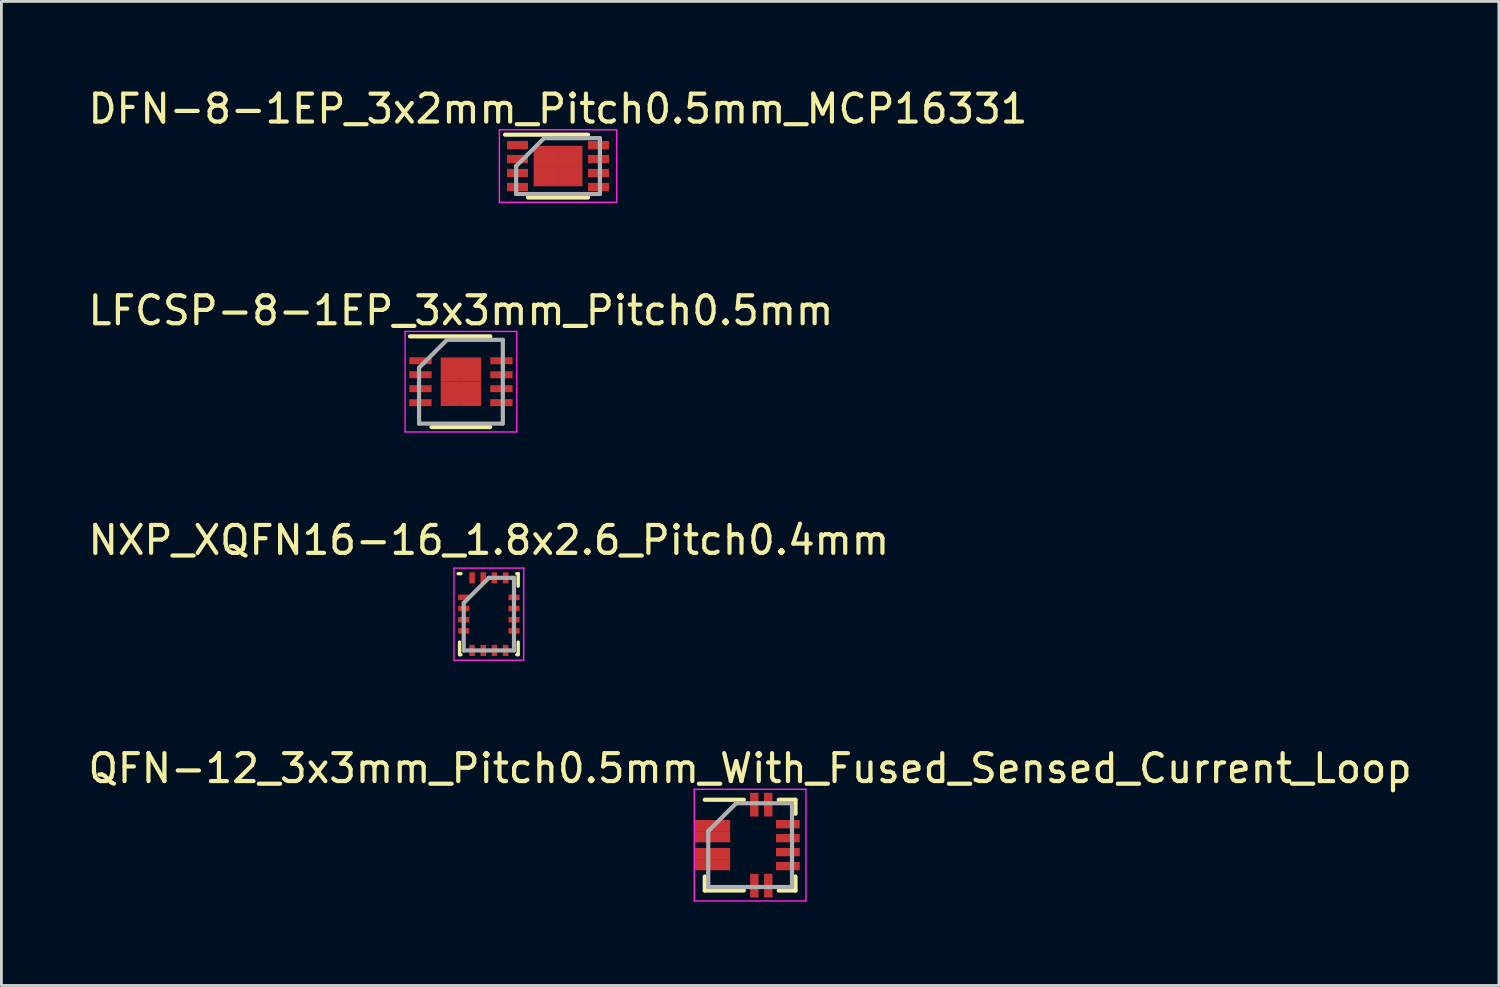
<source format=kicad_pcb>
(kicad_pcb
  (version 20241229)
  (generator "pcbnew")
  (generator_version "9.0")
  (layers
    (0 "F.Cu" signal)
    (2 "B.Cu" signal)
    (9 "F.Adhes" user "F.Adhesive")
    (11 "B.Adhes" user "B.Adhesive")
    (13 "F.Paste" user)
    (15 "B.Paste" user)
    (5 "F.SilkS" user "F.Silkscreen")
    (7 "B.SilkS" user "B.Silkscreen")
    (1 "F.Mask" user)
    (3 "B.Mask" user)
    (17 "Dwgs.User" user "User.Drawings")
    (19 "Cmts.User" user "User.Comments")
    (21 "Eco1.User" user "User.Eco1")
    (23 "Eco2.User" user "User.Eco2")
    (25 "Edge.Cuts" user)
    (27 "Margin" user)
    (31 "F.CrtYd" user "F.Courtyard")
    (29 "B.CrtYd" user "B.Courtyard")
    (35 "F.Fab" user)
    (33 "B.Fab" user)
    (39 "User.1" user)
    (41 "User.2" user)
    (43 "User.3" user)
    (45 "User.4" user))
  (footprint "DFN-8-1EP_3x2mm_Pitch0.5mm_MCP16331"
    (layer "F.Cu")
    (at 16.935 2.898)
    (property "Reference" "DFN-8-1EP_3x2mm_Pitch0.5mm_MCP16331" (at 0 -2.05 0) (layer "F.SilkS") (effects (font (size 1 1) (thickness 0.15))))
    (attr smd)
    (fp_line (start -1.9 -1.125) (end 1.075 -1.125) (stroke (width 0.15) (type solid)) (layer "F.SilkS"))
    (fp_line (start -1.075 1.125) (end 1.075 1.125) (stroke (width 0.15) (type solid)) (layer "F.SilkS"))
    (fp_line (start -2.1 -1.3) (end -2.1 1.3) (stroke (width 0.05) (type solid)) (layer "F.CrtYd"))
    (fp_line (start -2.1 -1.3) (end 2.1 -1.3) (stroke (width 0.05) (type solid)) (layer "F.CrtYd"))
    (fp_line (start -2.1 1.3) (end 2.1 1.3) (stroke (width 0.05) (type solid)) (layer "F.CrtYd"))
    (fp_line (start 2.1 -1.3) (end 2.1 1.3) (stroke (width 0.05) (type solid)) (layer "F.CrtYd"))
    (fp_line (start -1.5 0) (end -0.5 -1) (stroke (width 0.15) (type solid)) (layer "F.Fab"))
    (fp_line (start -1.5 1) (end -1.5 0) (stroke (width 0.15) (type solid)) (layer "F.Fab"))
    (fp_line (start -0.5 -1) (end 1.5 -1) (stroke (width 0.15) (type solid)) (layer "F.Fab"))
    (fp_line (start 1.5 -1) (end 1.5 1) (stroke (width 0.15) (type solid)) (layer "F.Fab"))
    (fp_line (start 1.5 1) (end -1.5 1) (stroke (width 0.15) (type solid)) (layer "F.Fab"))
    (pad "" smd rect (at -1.45 0.25) (size 0.75 0.3) (layers "F.Cu" "F.Mask" "F.Paste"))
    (pad "" smd rect (at -1.45 0.75) (size 0.75 0.3) (layers "F.Cu" "F.Mask" "F.Paste"))
    (pad "" smd rect (at -0.438 -0.362) (size 0.875 0.725) (layers "F.Cu" "F.Mask" "F.Paste"))
    (pad "" smd rect (at -0.438 0.362) (size 0.875 0.725) (layers "F.Cu" "F.Mask" "F.Paste"))
    (pad "" smd rect (at 0.438 -0.362) (size 0.875 0.725) (layers "F.Cu" "F.Mask" "F.Paste"))
    (pad "" smd rect (at 0.438 0.362) (size 0.875 0.725) (layers "F.Cu" "F.Mask" "F.Paste"))
    (pad "1" smd rect (at 1.45 -0.25) (size 0.75 0.3) (layers "F.Cu" "F.Mask" "F.Paste"))
    (pad "2" smd rect (at 1.45 0.75) (size 0.75 0.3) (layers "F.Cu" "F.Mask" "F.Paste"))
    (pad "3" smd rect (at 1.45 0.25) (size 0.75 0.3) (layers "F.Cu" "F.Mask" "F.Paste"))
    (pad "4" smd rect (at -1.45 -0.25) (size 0.75 0.3) (layers "F.Cu" "F.Mask" "F.Paste"))
    (pad "5" smd rect (at 1.45 -0.75) (size 0.75 0.3) (layers "F.Cu" "F.Mask" "F.Paste"))
    (pad "6" smd rect (at -1.45 -0.75) (size 0.75 0.3) (layers "F.Cu" "F.Mask" "F.Paste")))
  (footprint "QFN-12_3x3mm_Pitch0.5mm_With_Fused_Sensed_Current_Loop"
    (layer "F.Cu")
    (at 23.815 27.218)
    (property "Reference" "QFN-12_3x3mm_Pitch0.5mm_With_Fused_Sensed_Current_Loop" (at 0 -2.75 0) (layer "F.SilkS") (effects (font (size 1 1) (thickness 0.15))))
    (attr smd)
    (fp_line (start -1.625 -1.625) (end -0.225 -1.625) (stroke (width 0.15) (type solid)) (layer "F.SilkS"))
    (fp_line (start -1.625 1.625) (end -1.625 1.125) (stroke (width 0.15) (type solid)) (layer "F.SilkS"))
    (fp_line (start -1.625 1.625) (end -0.225 1.625) (stroke (width 0.15) (type solid)) (layer "F.SilkS"))
    (fp_line (start 1.625 -1.625) (end 1.025 -1.625) (stroke (width 0.15) (type solid)) (layer "F.SilkS"))
    (fp_line (start 1.625 -1.625) (end 1.625 -1.125) (stroke (width 0.15) (type solid)) (layer "F.SilkS"))
    (fp_line (start 1.625 1.625) (end 1.025 1.625) (stroke (width 0.15) (type solid)) (layer "F.SilkS"))
    (fp_line (start 1.625 1.625) (end 1.625 1.125) (stroke (width 0.15) (type solid)) (layer "F.SilkS"))
    (fp_line (start -2 -2) (end -2 2) (stroke (width 0.05) (type solid)) (layer "F.CrtYd"))
    (fp_line (start -2 -2) (end 2 -2) (stroke (width 0.05) (type solid)) (layer "F.CrtYd"))
    (fp_line (start -2 2) (end 2 2) (stroke (width 0.05) (type solid)) (layer "F.CrtYd"))
    (fp_line (start 2 -2) (end 2 2) (stroke (width 0.05) (type solid)) (layer "F.CrtYd"))
    (fp_line (start -1.5 -0.5) (end -0.5 -1.5) (stroke (width 0.15) (type solid)) (layer "F.Fab"))
    (fp_line (start -1.5 1.5) (end -1.5 -0.5) (stroke (width 0.15) (type solid)) (layer "F.Fab"))
    (fp_line (start -0.5 -1.5) (end 1.5 -1.5) (stroke (width 0.15) (type solid)) (layer "F.Fab"))
    (fp_line (start 1.5 -1.5) (end 1.5 1.5) (stroke (width 0.15) (type solid)) (layer "F.Fab"))
    (fp_line (start 1.5 1.5) (end -1.5 1.5) (stroke (width 0.15) (type solid)) (layer "F.Fab"))
    (pad "" smd rect (at 1.35 -0.75) (size 0.85 0.3) (layers "F.Cu" "F.Mask" "F.Paste"))
    (pad "" smd rect (at 1.35 -0.25) (size 0.85 0.3) (layers "F.Cu" "F.Mask" "F.Paste"))
    (pad "" smd rect (at 1.35 0.25) (size 0.85 0.3) (layers "F.Cu" "F.Mask" "F.Paste"))
    (pad "" smd rect (at 1.35 0.75) (size 0.85 0.3) (layers "F.Cu" "F.Mask" "F.Paste"))
    (pad "1" smd rect (at -1.35 -0.7) (size 1.27 0.4) (layers "F.Cu" "F.Mask" "F.Paste"))
    (pad "2" smd rect (at -1.35 -0.3) (size 1.27 0.4) (layers "F.Cu" "F.Mask" "F.Paste"))
    (pad "3" smd rect (at -1.35 0.3) (size 1.27 0.4) (layers "F.Cu" "F.Mask" "F.Paste"))
    (pad "4" smd rect (at -1.35 0.7) (size 1.27 0.4) (layers "F.Cu" "F.Mask" "F.Paste"))
    (pad "5" smd rect (at 0.15 1.45 90) (size 0.85 0.3) (layers "F.Cu" "F.Mask" "F.Paste"))
    (pad "6" smd rect (at 0.65 1.45 90) (size 0.85 0.3) (layers "F.Cu" "F.Mask" "F.Paste"))
    (pad "7" smd rect (at 0.65 -1.45 90) (size 0.85 0.3) (layers "F.Cu" "F.Mask" "F.Paste"))
    (pad "8" smd rect (at 0.15 -1.45 90) (size 0.85 0.3) (layers "F.Cu" "F.Mask" "F.Paste")))
  (footprint "LFCSP-8-1EP_3x3mm_Pitch0.5mm"
    (layer "F.Cu")
    (at 13.458 10.621)
    (property "Reference" "LFCSP-8-1EP_3x3mm_Pitch0.5mm" (at 0 -2.55 0) (layer "F.SilkS") (effects (font (size 1 1) (thickness 0.15))))
    (attr smd)
    (fp_line (start -1.825 -1.625) (end 1.05 -1.625) (stroke (width 0.15) (type solid)) (layer "F.SilkS"))
    (fp_line (start -1.05 1.625) (end 1.05 1.625) (stroke (width 0.15) (type solid)) (layer "F.SilkS"))
    (fp_line (start -2 -1.8) (end -2 1.8) (stroke (width 0.05) (type solid)) (layer "F.CrtYd"))
    (fp_line (start -2 -1.8) (end 2 -1.8) (stroke (width 0.05) (type solid)) (layer "F.CrtYd"))
    (fp_line (start -2 1.8) (end 2 1.8) (stroke (width 0.05) (type solid)) (layer "F.CrtYd"))
    (fp_line (start 2 -1.8) (end 2 1.8) (stroke (width 0.05) (type solid)) (layer "F.CrtYd"))
    (fp_line (start -1.5 -0.5) (end -0.5 -1.5) (stroke (width 0.15) (type solid)) (layer "F.Fab"))
    (fp_line (start -1.5 1.5) (end -1.5 -0.5) (stroke (width 0.15) (type solid)) (layer "F.Fab"))
    (fp_line (start -0.5 -1.5) (end 1.5 -1.5) (stroke (width 0.15) (type solid)) (layer "F.Fab"))
    (fp_line (start 1.5 -1.5) (end 1.5 1.5) (stroke (width 0.15) (type solid)) (layer "F.Fab"))
    (fp_line (start 1.5 1.5) (end -1.5 1.5) (stroke (width 0.15) (type solid)) (layer "F.Fab"))
    (pad "1" smd rect (at -1.45 -0.75) (size 0.8 0.25) (layers "F.Cu" "F.Mask" "F.Paste"))
    (pad "2" smd rect (at -1.45 -0.25) (size 0.8 0.25) (layers "F.Cu" "F.Mask" "F.Paste"))
    (pad "3" smd rect (at -1.45 0.25) (size 0.8 0.25) (layers "F.Cu" "F.Mask" "F.Paste"))
    (pad "4" smd rect (at -1.45 0.75) (size 0.8 0.25) (layers "F.Cu" "F.Mask" "F.Paste"))
    (pad "5" smd rect (at 1.45 0.75) (size 0.8 0.25) (layers "F.Cu" "F.Mask" "F.Paste"))
    (pad "6" smd rect (at 1.45 0.25) (size 0.8 0.25) (layers "F.Cu" "F.Mask" "F.Paste"))
    (pad "7" smd rect (at 1.45 -0.25) (size 0.8 0.25) (layers "F.Cu" "F.Mask" "F.Paste"))
    (pad "8" smd rect (at 1.45 -0.75) (size 0.8 0.25) (layers "F.Cu" "F.Mask" "F.Paste"))
    (pad "9" smd rect (at -0.362 -0.435) (size 0.725 0.87) (layers "F.Cu" "F.Mask" "F.Paste"))
    (pad "9" smd rect (at -0.362 0.435) (size 0.725 0.87) (layers "F.Cu" "F.Mask" "F.Paste"))
    (pad "9" smd rect (at 0.362 -0.435) (size 0.725 0.87) (layers "F.Cu" "F.Mask" "F.Paste"))
    (pad "9" smd rect (at 0.362 0.435) (size 0.725 0.87) (layers "F.Cu" "F.Mask" "F.Paste")))
  (footprint "NXP_XQFN16-16_1.8x2.6_Pitch0.4mm"
    (layer "F.Cu")
    (at 14.458 18.945)
    (property "Reference" "NXP_XQFN16-16_1.8x2.6_Pitch0.4mm" (at 0 -2.65 0) (layer "F.SilkS") (effects (font (size 1 1) (thickness 0.15))))
    (attr smd)
    (fp_line (start -1.05 1.45) (end -1.05 1) (stroke (width 0.12) (type solid)) (layer "F.SilkS"))
    (fp_line (start -1 -1.45) (end -1.1 -1.45) (stroke (width 0.12) (type solid)) (layer "F.SilkS"))
    (fp_line (start -1 1.45) (end -1.05 1.45) (stroke (width 0.12) (type solid)) (layer "F.SilkS"))
    (fp_line (start 1 -1.45) (end 1.05 -1.45) (stroke (width 0.12) (type solid)) (layer "F.SilkS"))
    (fp_line (start 1 1.45) (end 1.05 1.45) (stroke (width 0.12) (type solid)) (layer "F.SilkS"))
    (fp_line (start 1.05 -1.45) (end 1.05 -1) (stroke (width 0.12) (type solid)) (layer "F.SilkS"))
    (fp_line (start 1.05 1.45) (end 1.05 1) (stroke (width 0.12) (type solid)) (layer "F.SilkS"))
    (fp_line (start -1.25 -1.65) (end 1.25 -1.65) (stroke (width 0.05) (type solid)) (layer "F.CrtYd"))
    (fp_line (start -1.25 1.65) (end -1.25 -1.65) (stroke (width 0.05) (type solid)) (layer "F.CrtYd"))
    (fp_line (start 1.25 -1.65) (end 1.25 1.65) (stroke (width 0.05) (type solid)) (layer "F.CrtYd"))
    (fp_line (start 1.25 1.65) (end -1.25 1.65) (stroke (width 0.05) (type solid)) (layer "F.CrtYd"))
    (fp_line (start -0.9 -0.4) (end -0.9 1.3) (stroke (width 0.15) (type solid)) (layer "F.Fab"))
    (fp_line (start -0.9 1.3) (end 0.9 1.3) (stroke (width 0.15) (type solid)) (layer "F.Fab"))
    (fp_line (start 0 -1.3) (end -0.9 -0.4) (stroke (width 0.15) (type solid)) (layer "F.Fab"))
    (fp_line (start 0.9 -1.3) (end 0 -1.3) (stroke (width 0.15) (type solid)) (layer "F.Fab"))
    (fp_line (start 0.9 1.3) (end 0.9 -1.3) (stroke (width 0.15) (type solid)) (layer "F.Fab"))
    (pad "1" smd rect (at -0.9 -0.6 90) (size 0.2 0.4) (layers "F.Cu" "F.Mask" "F.Paste"))
    (pad "2" smd rect (at -0.9 -0.2 90) (size 0.2 0.4) (layers "F.Cu" "F.Mask" "F.Paste"))
    (pad "3" smd rect (at -0.9 0.2 90) (size 0.2 0.4) (layers "F.Cu" "F.Mask" "F.Paste"))
    (pad "4" smd rect (at -0.9 0.6 90) (size 0.2 0.4) (layers "F.Cu" "F.Mask" "F.Paste"))
    (pad "5" smd rect (at -0.6 1.3) (size 0.2 0.4) (layers "F.Cu" "F.Mask" "F.Paste"))
    (pad "6" smd rect (at -0.2 1.3) (size 0.2 0.4) (layers "F.Cu" "F.Mask" "F.Paste"))
    (pad "7" smd rect (at 0.2 1.3) (size 0.2 0.4) (layers "F.Cu" "F.Mask" "F.Paste"))
    (pad "8" smd rect (at 0.6 1.3) (size 0.2 0.4) (layers "F.Cu" "F.Mask" "F.Paste"))
    (pad "9" smd rect (at 0.9 0.6 90) (size 0.2 0.4) (layers "F.Cu" "F.Mask" "F.Paste"))
    (pad "10" smd rect (at 0.9 0.2 90) (size 0.2 0.4) (layers "F.Cu" "F.Mask" "F.Paste"))
    (pad "11" smd rect (at 0.9 -0.2 90) (size 0.2 0.4) (layers "F.Cu" "F.Mask" "F.Paste"))
    (pad "12" smd rect (at 0.9 -0.6 90) (size 0.2 0.4) (layers "F.Cu" "F.Mask" "F.Paste"))
    (pad "13" smd rect (at 0.6 -1.3) (size 0.2 0.4) (layers "F.Cu" "F.Mask" "F.Paste"))
    (pad "14" smd rect (at 0.2 -1.3) (size 0.2 0.4) (layers "F.Cu" "F.Mask" "F.Paste"))
    (pad "15" smd rect (at -0.2 -1.3) (size 0.2 0.4) (layers "F.Cu" "F.Mask" "F.Paste"))
    (pad "16" smd rect (at -0.6 -1.3) (size 0.2 0.4) (layers "F.Cu" "F.Mask" "F.Paste")))
  (gr_rect
    (start -3 -3)
    (end 50.631 32.243)
    (stroke (width 0.1) (type default))
    (fill no)
    (layer "Edge.Cuts")))
</source>
